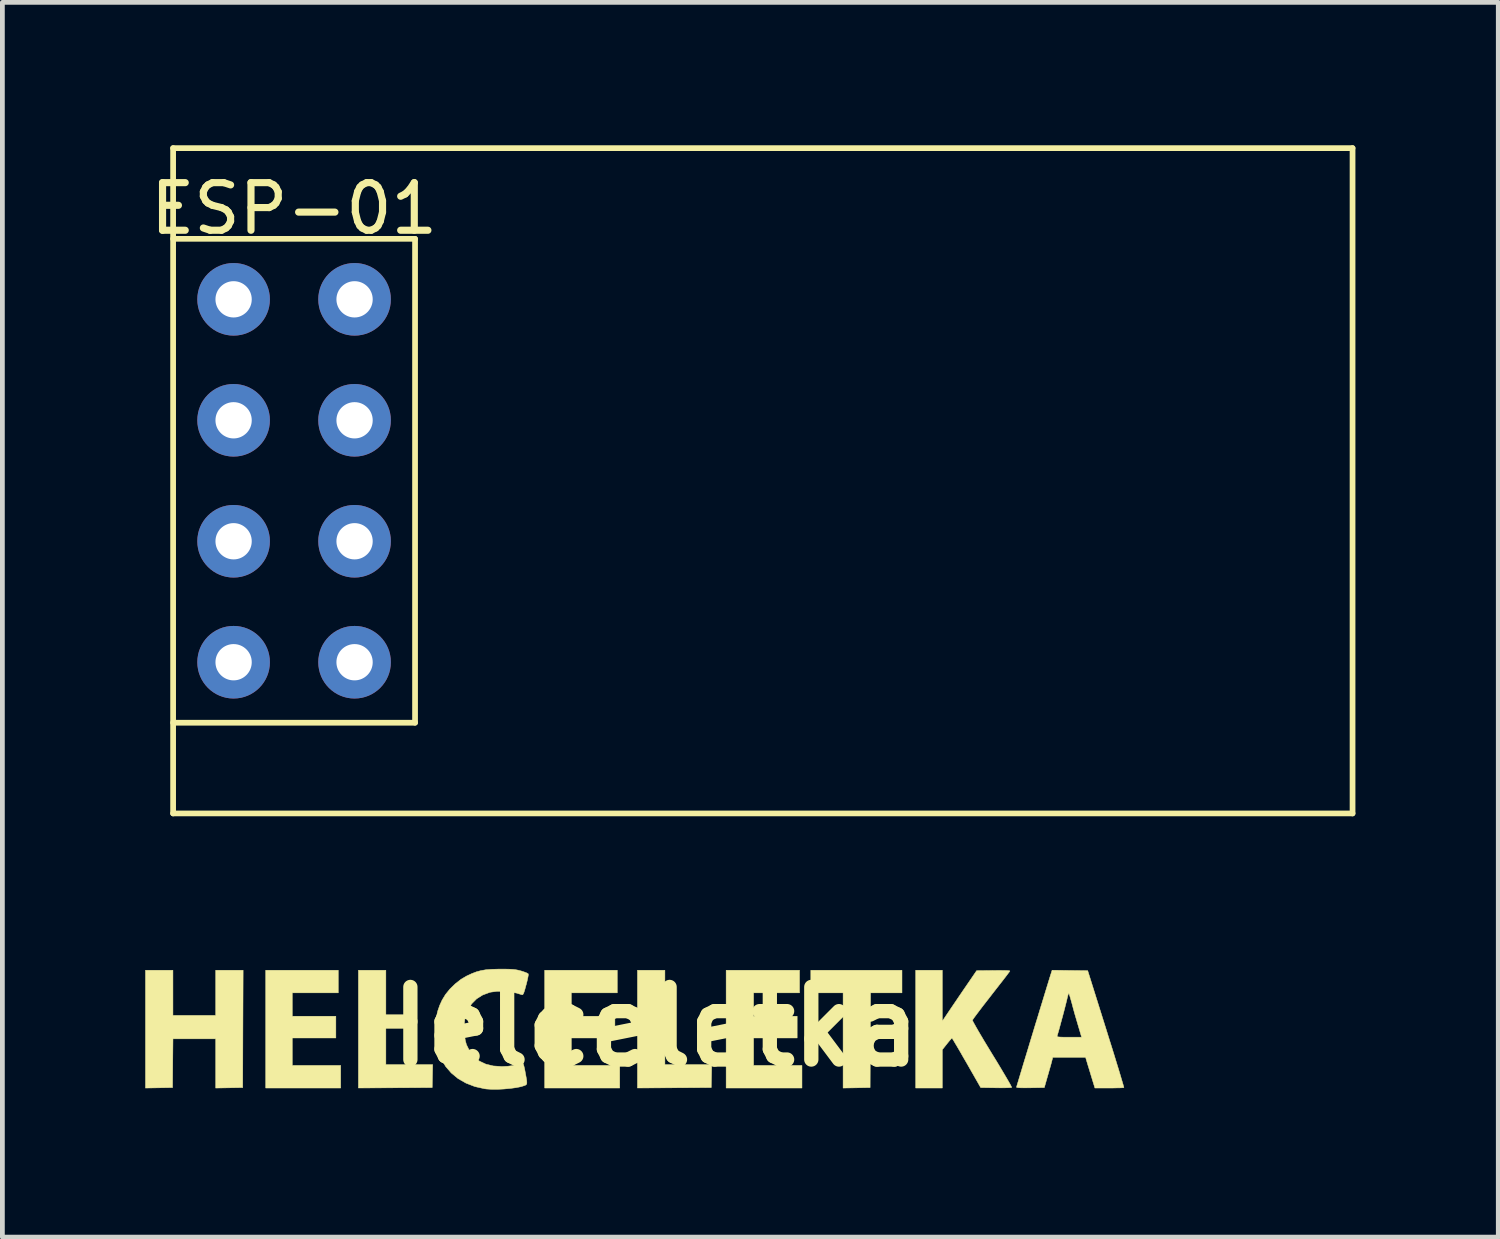
<source format=kicad_pcb>
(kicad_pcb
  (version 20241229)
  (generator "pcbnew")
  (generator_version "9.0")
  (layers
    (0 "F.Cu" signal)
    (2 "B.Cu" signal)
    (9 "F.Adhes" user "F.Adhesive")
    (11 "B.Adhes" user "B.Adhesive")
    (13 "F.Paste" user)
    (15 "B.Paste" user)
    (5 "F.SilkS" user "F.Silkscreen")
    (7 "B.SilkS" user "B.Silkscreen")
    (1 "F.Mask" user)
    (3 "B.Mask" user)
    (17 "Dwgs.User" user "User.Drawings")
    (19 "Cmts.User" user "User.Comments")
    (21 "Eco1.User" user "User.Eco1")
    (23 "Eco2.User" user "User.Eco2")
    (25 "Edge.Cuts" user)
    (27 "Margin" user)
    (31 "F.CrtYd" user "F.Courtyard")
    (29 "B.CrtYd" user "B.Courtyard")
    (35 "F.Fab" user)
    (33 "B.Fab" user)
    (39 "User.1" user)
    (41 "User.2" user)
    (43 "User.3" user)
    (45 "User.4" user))
  (footprint "Helceletka"
    (layer "F.Cu")
    (at 10.284 18.508)
    (property "Reference" "Helceletka" (at 0 0 0) (layer "F.SilkS") (effects (font (size 1.524 1.524) (thickness 0.3))))
    (attr through_hole)
    (fp_poly (pts (xy -5.232 0.796) (xy -4.249 0.796) (xy -4.259 1.278) (xy -5.808 1.287) (xy -5.808 -1.185) (xy -5.232 -1.185) (xy -5.232 0.796)) (stroke (width 0.01) (type solid)) (fill yes) (layer "F.SilkS"))
    (fp_poly (pts (xy 0.627 0.796) (xy 1.61 0.796) (xy 1.605 1.037) (xy 1.6 1.278) (xy 0.051 1.287) (xy 0.051 -1.185) (xy 0.627 -1.185) (xy 0.627 0.796)) (stroke (width 0.01) (type solid)) (fill yes) (layer "F.SilkS"))
    (fp_poly (pts (xy 5.605 -0.711) (xy 4.945 -0.711) (xy 4.94 0.284) (xy 4.936 1.278) (xy 4.652 1.283) (xy 4.369 1.288) (xy 4.369 -0.711) (xy 3.691 -0.711) (xy 3.691 -1.185) (xy 5.605 -1.185) (xy 5.605 -0.711)) (stroke (width 0.01) (type solid)) (fill yes) (layer "F.SilkS"))
    (fp_poly (pts (xy -6.231 -0.711) (xy -7.197 -0.711) (xy -7.197 -0.22) (xy -6.282 -0.22) (xy -6.282 0.237) (xy -7.197 0.237) (xy -7.197 0.813) (xy -6.181 0.813) (xy -6.181 1.287) (xy -7.755 1.287) (xy -7.755 -1.185) (xy -6.231 -1.185) (xy -6.231 -0.711)) (stroke (width 0.01) (type solid)) (fill yes) (layer "F.SilkS"))
    (fp_poly (pts (xy -0.373 -0.711) (xy -1.338 -0.711) (xy -1.338 -0.22) (xy -0.423 -0.22) (xy -0.423 0.237) (xy -1.338 0.237) (xy -1.338 0.813) (xy -0.322 0.813) (xy -0.322 1.287) (xy -1.897 1.287) (xy -1.897 -1.185) (xy -0.373 -1.185) (xy -0.373 -0.711)) (stroke (width 0.01) (type solid)) (fill yes) (layer "F.SilkS"))
    (fp_poly (pts (xy 3.454 -0.711) (xy 2.489 -0.711) (xy 2.489 -0.22) (xy 3.404 -0.22) (xy 3.404 0.237) (xy 2.489 0.237) (xy 2.489 0.813) (xy 3.505 0.813) (xy 3.505 1.287) (xy 1.913 1.287) (xy 1.913 -1.185) (xy 3.454 -1.185) (xy 3.454 -0.711)) (stroke (width 0.01) (type solid)) (fill yes) (layer "F.SilkS"))
    (fp_poly (pts (xy -9.703 -0.237) (xy -8.805 -0.237) (xy -8.805 -1.185) (xy -8.229 -1.185) (xy -8.234 0.047) (xy -8.238 1.278) (xy -8.522 1.283) (xy -8.805 1.288) (xy -8.805 0.254) (xy -9.702 0.254) (xy -9.707 0.766) (xy -9.711 1.278) (xy -9.995 1.283) (xy -10.279 1.288) (xy -10.279 -1.185) (xy -9.703 -1.185) (xy -9.703 -0.237)) (stroke (width 0.01) (type solid)) (fill yes) (layer "F.SilkS"))
    (fp_poly (pts (xy 6.452 -0.116) (xy 6.644 -0.401) (xy 6.718 -0.51) (xy 6.8 -0.631) (xy 6.883 -0.753) (xy 6.959 -0.864) (xy 7.005 -0.931) (xy 7.173 -1.177) (xy 7.525 -1.181) (xy 7.648 -1.182) (xy 7.747 -1.181) (xy 7.818 -1.179) (xy 7.86 -1.175) (xy 7.871 -1.17) (xy 7.86 -1.153) (xy 7.83 -1.113) (xy 7.784 -1.052) (xy 7.724 -0.974) (xy 7.652 -0.882) (xy 7.571 -0.778) (xy 7.483 -0.665) (xy 7.478 -0.658) (xy 7.39 -0.545) (xy 7.308 -0.44) (xy 7.236 -0.345) (xy 7.175 -0.264) (xy 7.128 -0.201) (xy 7.097 -0.157) (xy 7.085 -0.137) (xy 7.084 -0.137) (xy 7.092 -0.117) (xy 7.116 -0.072) (xy 7.154 -0.004) (xy 7.204 0.084) (xy 7.266 0.189) (xy 7.337 0.309) (xy 7.416 0.439) (xy 7.499 0.576) (xy 7.584 0.714) (xy 7.662 0.843) (xy 7.732 0.961) (xy 7.793 1.064) (xy 7.843 1.15) (xy 7.88 1.215) (xy 7.902 1.258) (xy 7.909 1.275) (xy 7.909 1.275) (xy 7.889 1.278) (xy 7.84 1.281) (xy 7.769 1.283) (xy 7.681 1.284) (xy 7.58 1.283) (xy 7.577 1.283) (xy 7.258 1.278) (xy 6.961 0.758) (xy 6.891 0.638) (xy 6.828 0.527) (xy 6.771 0.43) (xy 6.723 0.349) (xy 6.687 0.288) (xy 6.663 0.25) (xy 6.655 0.239) (xy 6.641 0.251) (xy 6.612 0.284) (xy 6.572 0.332) (xy 6.549 0.361) (xy 6.452 0.483) (xy 6.452 0.885) (xy 6.452 1.287) (xy 5.893 1.287) (xy 5.893 -1.185) (xy 6.452 -1.185) (xy 6.452 -0.116)) (stroke (width 0.01) (type solid)) (fill yes) (layer "F.SilkS"))
    (fp_poly (pts (xy 9.131 -1.181) (xy 9.505 -1.177) (xy 9.889 0.046) (xy 9.95 0.242) (xy 10.009 0.429) (xy 10.063 0.603) (xy 10.112 0.763) (xy 10.156 0.906) (xy 10.193 1.029) (xy 10.223 1.131) (xy 10.246 1.208) (xy 10.26 1.258) (xy 10.265 1.278) (xy 10.264 1.278) (xy 10.246 1.281) (xy 10.198 1.284) (xy 10.129 1.285) (xy 10.042 1.287) (xy 9.956 1.287) (xy 9.656 1.287) (xy 9.613 1.147) (xy 9.589 1.069) (xy 9.56 0.973) (xy 9.53 0.874) (xy 9.515 0.826) (xy 9.46 0.643) (xy 8.772 0.643) (xy 8.753 0.715) (xy 8.742 0.758) (xy 8.724 0.824) (xy 8.7 0.907) (xy 8.674 0.999) (xy 8.664 1.033) (xy 8.594 1.278) (xy 8.302 1.283) (xy 8.183 1.284) (xy 8.094 1.283) (xy 8.036 1.279) (xy 8.011 1.272) (xy 8.009 1.271) (xy 8.014 1.253) (xy 8.028 1.206) (xy 8.05 1.133) (xy 8.079 1.036) (xy 8.114 0.92) (xy 8.154 0.786) (xy 8.199 0.639) (xy 8.247 0.481) (xy 8.297 0.315) (xy 8.331 0.203) (xy 8.862 0.203) (xy 8.87 0.21) (xy 8.893 0.215) (xy 8.935 0.218) (xy 9 0.22) (xy 9.094 0.22) (xy 9.115 0.22) (xy 9.377 0.22) (xy 9.303 -0.03) (xy 9.271 -0.139) (xy 9.236 -0.258) (xy 9.204 -0.373) (xy 9.178 -0.472) (xy 9.175 -0.483) (xy 9.153 -0.562) (xy 9.134 -0.628) (xy 9.119 -0.677) (xy 9.11 -0.699) (xy 9.11 -0.699) (xy 9.101 -0.691) (xy 9.089 -0.658) (xy 9.076 -0.606) (xy 9.066 -0.562) (xy 9.049 -0.493) (xy 9.027 -0.407) (xy 9.002 -0.309) (xy 8.974 -0.205) (xy 8.946 -0.102) (xy 8.92 -0.005) (xy 8.897 0.079) (xy 8.878 0.144) (xy 8.866 0.185) (xy 8.863 0.192) (xy 8.862 0.203) (xy 8.331 0.203) (xy 8.349 0.144) (xy 8.401 -0.028) (xy 8.454 -0.199) (xy 8.504 -0.365) (xy 8.553 -0.524) (xy 8.598 -0.672) (xy 8.639 -0.806) (xy 8.675 -0.923) (xy 8.705 -1.021) (xy 8.728 -1.095) (xy 8.74 -1.131) (xy 8.757 -1.186) (xy 9.131 -1.181)) (stroke (width 0.01) (type solid)) (fill yes) (layer "F.SilkS"))
    (fp_poly (pts (xy -2.715 -1.209) (xy -2.628 -1.207) (xy -2.56 -1.203) (xy -2.503 -1.196) (xy -2.45 -1.186) (xy -2.394 -1.171) (xy -2.39 -1.17) (xy -2.326 -1.149) (xy -2.274 -1.129) (xy -2.245 -1.112) (xy -2.241 -1.107) (xy -2.241 -1.083) (xy -2.25 -1.033) (xy -2.265 -0.964) (xy -2.285 -0.884) (xy -2.289 -0.872) (xy -2.313 -0.783) (xy -2.332 -0.722) (xy -2.348 -0.686) (xy -2.361 -0.671) (xy -2.371 -0.67) (xy -2.489 -0.706) (xy -2.625 -0.731) (xy -2.767 -0.743) (xy -2.905 -0.742) (xy -3.027 -0.726) (xy -3.053 -0.72) (xy -3.201 -0.665) (xy -3.327 -0.585) (xy -3.431 -0.48) (xy -3.51 -0.353) (xy -3.563 -0.205) (xy -3.574 -0.156) (xy -3.586 -0.055) (xy -3.588 0.062) (xy -3.58 0.18) (xy -3.564 0.289) (xy -3.54 0.377) (xy -3.47 0.518) (xy -3.379 0.634) (xy -3.267 0.723) (xy -3.133 0.786) (xy -2.977 0.824) (xy -2.799 0.836) (xy -2.794 0.836) (xy -2.672 0.83) (xy -2.551 0.815) (xy -2.444 0.794) (xy -2.369 0.771) (xy -2.356 0.771) (xy -2.345 0.786) (xy -2.334 0.821) (xy -2.32 0.879) (xy -2.306 0.954) (xy -2.288 1.052) (xy -2.276 1.121) (xy -2.272 1.168) (xy -2.274 1.198) (xy -2.284 1.216) (xy -2.302 1.228) (xy -2.316 1.234) (xy -2.394 1.259) (xy -2.499 1.28) (xy -2.621 1.296) (xy -2.751 1.308) (xy -2.883 1.315) (xy -3.008 1.315) (xy -3.117 1.308) (xy -3.158 1.303) (xy -3.363 1.257) (xy -3.549 1.185) (xy -3.715 1.09) (xy -3.858 0.972) (xy -3.977 0.834) (xy -4.06 0.694) (xy -4.11 0.583) (xy -4.147 0.48) (xy -4.17 0.375) (xy -4.184 0.259) (xy -4.189 0.123) (xy -4.189 0.076) (xy -4.185 -0.078) (xy -4.17 -0.21) (xy -4.142 -0.331) (xy -4.1 -0.452) (xy -4.051 -0.559) (xy -3.981 -0.675) (xy -3.886 -0.792) (xy -3.774 -0.901) (xy -3.654 -0.995) (xy -3.539 -1.063) (xy -3.43 -1.114) (xy -3.331 -1.152) (xy -3.234 -1.178) (xy -3.13 -1.196) (xy -3.012 -1.205) (xy -2.871 -1.209) (xy -2.828 -1.209) (xy -2.715 -1.209)) (stroke (width 0.01) (type solid)) (fill yes) (layer "F.SilkS")))
  (footprint "ESP-01"
    (layer "F.Cu")
    (at 12.015 5.775)
    (property "Reference" "ESP-01" (at -8.89 -4.445 0) (layer "F.SilkS") (effects (font (size 1 1) (thickness 0.15))))
    (attr through_hole)
    (fp_line (start -11.43 -5.715) (end 13.335 -5.715) (stroke (width 0.12) (type solid)) (layer "F.SilkS"))
    (fp_line (start -11.43 -3.81) (end -6.35 -3.81) (stroke (width 0.12) (type solid)) (layer "F.SilkS"))
    (fp_line (start -11.43 8.255) (end -11.43 -5.715) (stroke (width 0.12) (type solid)) (layer "F.SilkS"))
    (fp_line (start -6.35 -3.81) (end -6.35 6.35) (stroke (width 0.12) (type solid)) (layer "F.SilkS"))
    (fp_line (start -6.35 6.35) (end -11.43 6.35) (stroke (width 0.12) (type solid)) (layer "F.SilkS"))
    (fp_line (start 13.335 -5.715) (end 13.335 8.255) (stroke (width 0.12) (type solid)) (layer "F.SilkS"))
    (fp_line (start 13.335 8.255) (end -11.43 8.255) (stroke (width 0.12) (type solid)) (layer "F.SilkS"))
    (pad "1" thru_hole circle (at -10.16 5.08) (size 1.524 1.524) (drill 0.762) (layers "*.Cu" "*.Mask"))
    (pad "2" thru_hole circle (at -7.62 -2.54) (size 1.524 1.524) (drill 0.762) (layers "*.Cu" "*.Mask"))
    (pad "3" thru_hole circle (at -10.16 0) (size 1.524 1.524) (drill 0.762) (layers "*.Cu" "*.Mask"))
    (pad "4" thru_hole circle (at -10.16 2.54) (size 1.524 1.524) (drill 0.762) (layers "*.Cu" "*.Mask"))
    (pad "5" thru_hole circle (at -7.62 2.54) (size 1.524 1.524) (drill 0.762) (layers "*.Cu" "*.Mask"))
    (pad "6" thru_hole circle (at -10.16 -2.54) (size 1.524 1.524) (drill 0.762) (layers "*.Cu" "*.Mask"))
    (pad "7" thru_hole circle (at -7.62 0) (size 1.524 1.524) (drill 0.762) (layers "*.Cu" "*.Mask"))
    (pad "8" thru_hole circle (at -7.62 5.08) (size 1.524 1.524) (drill 0.762) (layers "*.Cu" "*.Mask")))
  (gr_rect
    (start -3 -3)
    (end 28.41 22.926)
    (stroke (width 0.1) (type default))
    (fill no)
    (layer "Edge.Cuts")))
</source>
